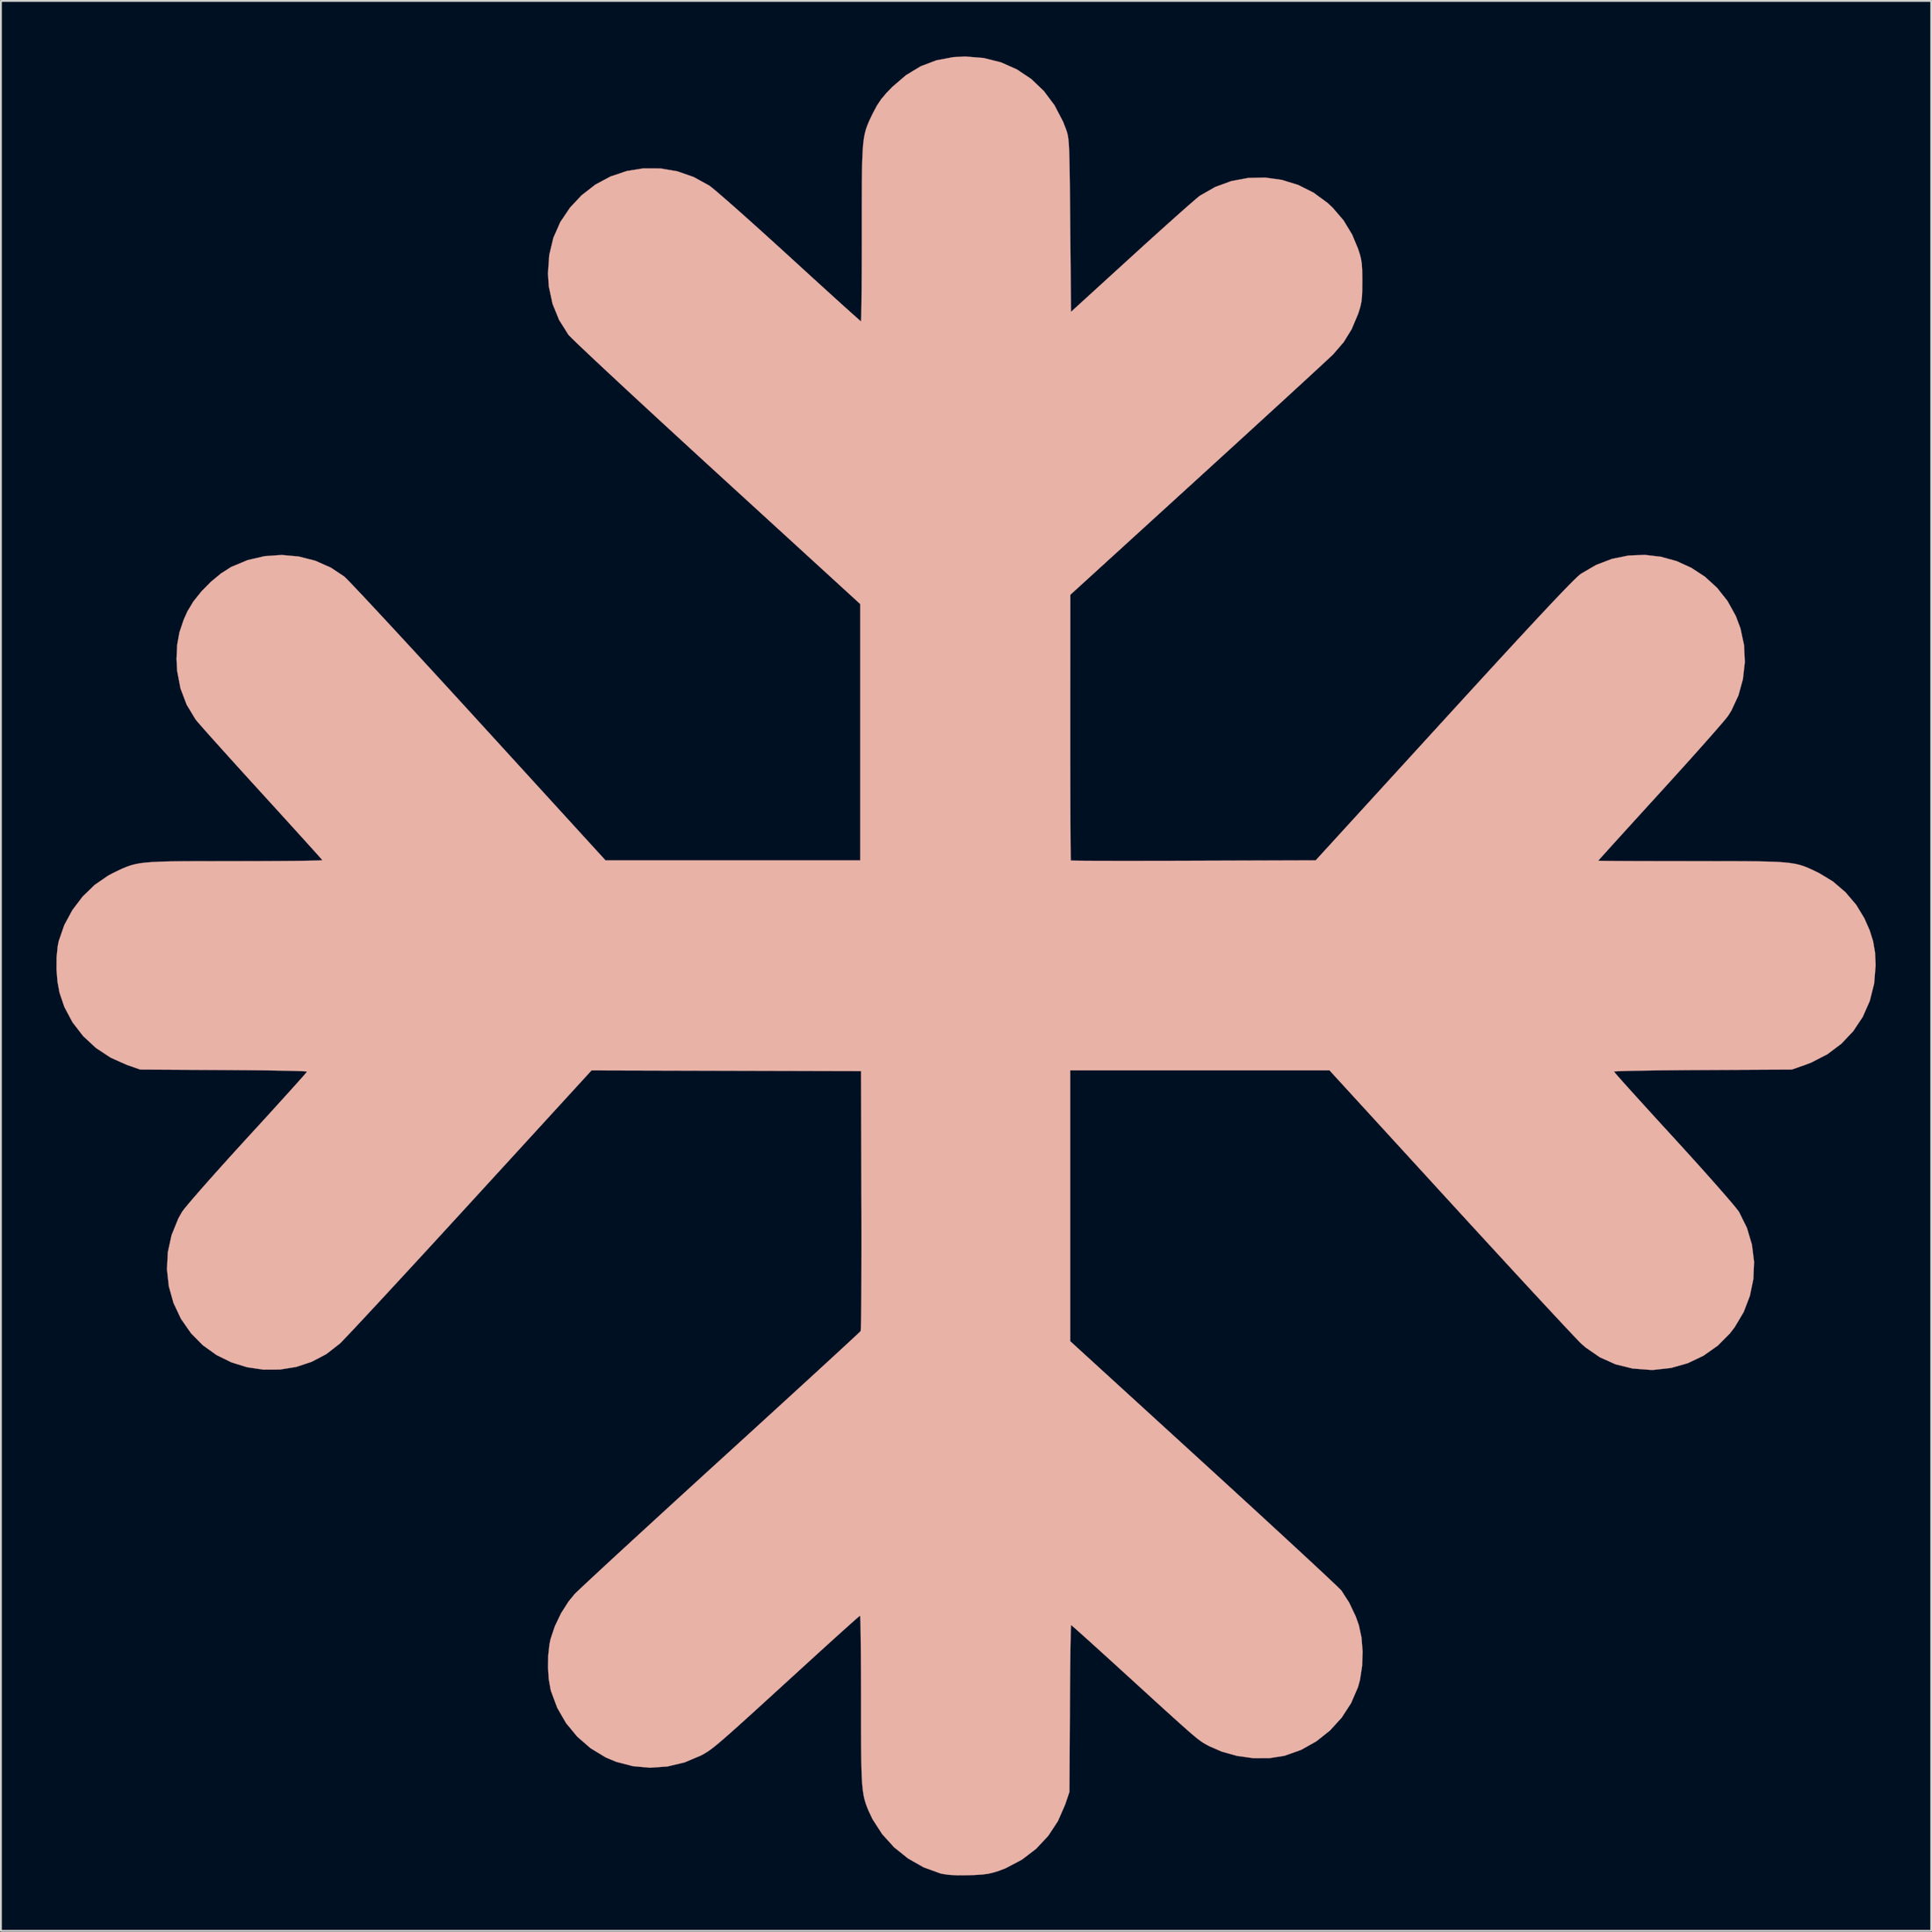
<source format=kicad_pcb>
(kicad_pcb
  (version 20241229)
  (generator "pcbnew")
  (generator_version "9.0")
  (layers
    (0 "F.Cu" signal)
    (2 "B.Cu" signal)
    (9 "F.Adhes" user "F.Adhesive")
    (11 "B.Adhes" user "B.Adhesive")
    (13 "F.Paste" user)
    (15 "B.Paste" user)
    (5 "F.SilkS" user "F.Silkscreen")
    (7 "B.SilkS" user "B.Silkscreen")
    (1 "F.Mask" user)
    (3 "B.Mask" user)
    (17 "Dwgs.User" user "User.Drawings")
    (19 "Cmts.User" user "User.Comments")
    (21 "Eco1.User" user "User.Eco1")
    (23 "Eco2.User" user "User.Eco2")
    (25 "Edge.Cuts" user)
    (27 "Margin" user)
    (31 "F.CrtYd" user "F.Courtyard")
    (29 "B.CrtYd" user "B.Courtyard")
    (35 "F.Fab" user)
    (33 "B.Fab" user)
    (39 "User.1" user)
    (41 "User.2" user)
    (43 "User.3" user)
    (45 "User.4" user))
  (footprint "christmas-snow_10x10_B"
    (layer "F.Cu")
    (at 49.105 49.112)
    (property "Reference" "christmas-snow_10x10_B" (at 0 0 0) (layer "B.SilkS") (effects (font (size 1.524 1.524) (thickness 0.3))))
    (attr through_hole)
    (fp_poly (pts (xy 0.998 -49.027) (xy 1.928 -48.794) (xy 2.787 -48.414) (xy 3.563 -47.896) (xy 4.245 -47.247) (xy 4.823 -46.475) (xy 5.286 -45.588) (xy 5.433 -45.212) (xy 5.476 -45.09) (xy 5.512 -44.972) (xy 5.542 -44.842) (xy 5.567 -44.687) (xy 5.588 -44.49) (xy 5.605 -44.238) (xy 5.619 -43.916) (xy 5.63 -43.509) (xy 5.64 -43.003) (xy 5.649 -42.381) (xy 5.657 -41.631) (xy 5.666 -40.737) (xy 5.673 -39.986) (xy 5.715 -35.311) (xy 9.017 -38.323) (xy 9.66 -38.909) (xy 10.276 -39.466) (xy 10.85 -39.983) (xy 11.371 -40.449) (xy 11.824 -40.852) (xy 12.197 -41.179) (xy 12.476 -41.42) (xy 12.648 -41.562) (xy 12.681 -41.586) (xy 13.505 -42.057) (xy 14.38 -42.377) (xy 15.286 -42.546) (xy 16.203 -42.566) (xy 17.11 -42.44) (xy 17.988 -42.169) (xy 18.816 -41.755) (xy 19.576 -41.199) (xy 19.856 -40.938) (xy 20.445 -40.25) (xy 20.907 -39.485) (xy 21.22 -38.734) (xy 21.321 -38.429) (xy 21.388 -38.165) (xy 21.429 -37.892) (xy 21.449 -37.562) (xy 21.456 -37.128) (xy 21.456 -36.957) (xy 21.452 -36.478) (xy 21.437 -36.12) (xy 21.404 -35.834) (xy 21.346 -35.572) (xy 21.257 -35.286) (xy 21.22 -35.18) (xy 20.878 -34.37) (xy 20.444 -33.668) (xy 19.888 -33.025) (xy 19.858 -32.995) (xy 19.724 -32.867) (xy 19.474 -32.634) (xy 19.116 -32.303) (xy 18.66 -31.882) (xy 18.114 -31.379) (xy 17.488 -30.804) (xy 16.789 -30.163) (xy 16.027 -29.466) (xy 15.211 -28.719) (xy 14.35 -27.932) (xy 13.453 -27.113) (xy 12.528 -26.269) (xy 12.504 -26.247) (xy 5.679 -20.024) (xy 5.676 -12.862) (xy 5.676 -11.776) (xy 5.677 -10.74) (xy 5.678 -9.765) (xy 5.68 -8.864) (xy 5.683 -8.049) (xy 5.686 -7.334) (xy 5.69 -6.729) (xy 5.694 -6.249) (xy 5.699 -5.904) (xy 5.704 -5.708) (xy 5.708 -5.666) (xy 5.796 -5.66) (xy 6.041 -5.656) (xy 6.429 -5.652) (xy 6.947 -5.649) (xy 7.584 -5.647) (xy 8.324 -5.646) (xy 9.157 -5.646) (xy 10.068 -5.647) (xy 11.046 -5.649) (xy 12.076 -5.652) (xy 12.341 -5.653) (xy 18.939 -5.675) (xy 25.843 -13.232) (xy 26.998 -14.496) (xy 28.044 -15.637) (xy 28.983 -16.659) (xy 29.82 -17.567) (xy 30.558 -18.363) (xy 31.2 -19.052) (xy 31.75 -19.637) (xy 32.212 -20.122) (xy 32.588 -20.51) (xy 32.882 -20.806) (xy 33.099 -21.014) (xy 33.24 -21.136) (xy 33.261 -21.151) (xy 34.088 -21.635) (xy 34.95 -21.964) (xy 35.833 -22.143) (xy 36.719 -22.179) (xy 37.592 -22.077) (xy 38.436 -21.843) (xy 39.233 -21.481) (xy 39.969 -20.999) (xy 40.625 -20.4) (xy 41.186 -19.692) (xy 41.636 -18.88) (xy 41.89 -18.203) (xy 42.082 -17.306) (xy 42.125 -16.382) (xy 42.021 -15.463) (xy 41.777 -14.58) (xy 41.395 -13.762) (xy 41.22 -13.482) (xy 41.108 -13.339) (xy 40.893 -13.083) (xy 40.586 -12.728) (xy 40.198 -12.286) (xy 39.741 -11.771) (xy 39.225 -11.194) (xy 38.662 -10.569) (xy 38.063 -9.908) (xy 37.563 -9.358) (xy 36.955 -8.691) (xy 36.383 -8.063) (xy 35.856 -7.484) (xy 35.385 -6.965) (xy 34.978 -6.517) (xy 34.648 -6.151) (xy 34.402 -5.878) (xy 34.251 -5.709) (xy 34.205 -5.654) (xy 34.288 -5.65) (xy 34.525 -5.646) (xy 34.901 -5.642) (xy 35.404 -5.639) (xy 36.017 -5.636) (xy 36.726 -5.634) (xy 37.516 -5.632) (xy 38.373 -5.631) (xy 39.264 -5.63) (xy 40.366 -5.63) (xy 41.314 -5.629) (xy 42.122 -5.626) (xy 42.805 -5.619) (xy 43.378 -5.607) (xy 43.855 -5.589) (xy 44.253 -5.562) (xy 44.585 -5.526) (xy 44.866 -5.48) (xy 45.111 -5.421) (xy 45.335 -5.349) (xy 45.552 -5.262) (xy 45.778 -5.159) (xy 46.028 -5.038) (xy 46.143 -4.982) (xy 46.883 -4.534) (xy 47.56 -3.954) (xy 48.139 -3.276) (xy 48.585 -2.54) (xy 48.871 -1.89) (xy 49.057 -1.299) (xy 49.159 -0.702) (xy 49.191 -0.034) (xy 49.191 0.004) (xy 49.111 0.991) (xy 48.877 1.921) (xy 48.499 2.779) (xy 47.984 3.554) (xy 47.344 4.233) (xy 46.585 4.803) (xy 45.718 5.25) (xy 45.379 5.38) (xy 44.662 5.63) (xy 39.857 5.655) (xy 38.972 5.66) (xy 38.141 5.668) (xy 37.377 5.676) (xy 36.696 5.686) (xy 36.113 5.696) (xy 35.643 5.708) (xy 35.3 5.719) (xy 35.101 5.731) (xy 35.054 5.739) (xy 35.11 5.811) (xy 35.271 5.996) (xy 35.525 6.283) (xy 35.864 6.661) (xy 36.277 7.118) (xy 36.753 7.642) (xy 37.282 8.223) (xy 37.855 8.85) (xy 38.293 9.328) (xy 38.902 9.995) (xy 39.484 10.638) (xy 40.027 11.243) (xy 40.52 11.798) (xy 40.951 12.289) (xy 41.309 12.703) (xy 41.582 13.027) (xy 41.758 13.249) (xy 41.815 13.329) (xy 42.239 14.188) (xy 42.508 15.091) (xy 42.623 16.017) (xy 42.586 16.946) (xy 42.398 17.859) (xy 42.062 18.734) (xy 41.577 19.551) (xy 41.321 19.885) (xy 40.659 20.551) (xy 39.894 21.09) (xy 39.048 21.495) (xy 38.14 21.754) (xy 37.191 21.859) (xy 37.051 21.861) (xy 36.061 21.785) (xy 35.14 21.557) (xy 34.294 21.178) (xy 33.526 20.65) (xy 33.294 20.447) (xy 33.162 20.315) (xy 32.923 20.066) (xy 32.587 19.71) (xy 32.16 19.254) (xy 31.651 18.708) (xy 31.068 18.081) (xy 30.419 17.38) (xy 29.712 16.614) (xy 28.955 15.792) (xy 28.156 14.923) (xy 27.322 14.016) (xy 26.463 13.078) (xy 26.204 12.796) (xy 19.685 5.674) (xy 12.679 5.673) (xy 5.673 5.673) (xy 5.673 20.309) (xy 12.89 26.902) (xy 13.835 27.766) (xy 14.747 28.601) (xy 15.619 29.401) (xy 16.442 30.158) (xy 17.208 30.864) (xy 17.91 31.512) (xy 18.539 32.095) (xy 19.086 32.604) (xy 19.545 33.033) (xy 19.906 33.373) (xy 20.162 33.618) (xy 20.305 33.76) (xy 20.329 33.787) (xy 20.747 34.437) (xy 21.099 35.177) (xy 21.266 35.645) (xy 21.413 36.321) (xy 21.472 37.081) (xy 21.445 37.861) (xy 21.332 38.601) (xy 21.223 39) (xy 20.852 39.861) (xy 20.341 40.649) (xy 19.708 41.344) (xy 18.971 41.93) (xy 18.151 42.39) (xy 17.265 42.705) (xy 17.233 42.713) (xy 16.429 42.84) (xy 15.566 42.839) (xy 14.69 42.717) (xy 13.846 42.479) (xy 13.195 42.194) (xy 13.071 42.128) (xy 12.959 42.068) (xy 12.849 42.002) (xy 12.73 41.922) (xy 12.593 41.82) (xy 12.425 41.685) (xy 12.217 41.51) (xy 11.959 41.285) (xy 11.64 41.001) (xy 11.249 40.649) (xy 10.776 40.221) (xy 10.21 39.706) (xy 9.542 39.096) (xy 8.76 38.382) (xy 8.66 38.291) (xy 8.07 37.753) (xy 7.518 37.252) (xy 7.018 36.798) (xy 6.581 36.404) (xy 6.221 36.081) (xy 5.949 35.839) (xy 5.778 35.69) (xy 5.72 35.645) (xy 5.712 35.727) (xy 5.704 35.963) (xy 5.695 36.337) (xy 5.686 36.834) (xy 5.678 37.438) (xy 5.67 38.133) (xy 5.663 38.905) (xy 5.657 39.738) (xy 5.655 40.153) (xy 5.63 44.662) (xy 5.395 45.357) (xy 5.008 46.242) (xy 4.482 47.04) (xy 3.83 47.737) (xy 3.066 48.321) (xy 2.203 48.777) (xy 1.849 48.916) (xy 1.536 49.016) (xy 1.239 49.085) (xy 0.905 49.128) (xy 0.484 49.153) (xy 0.169 49.163) (xy -0.433 49.167) (xy -0.899 49.142) (xy -1.261 49.086) (xy -1.355 49.063) (xy -2.256 48.733) (xy -3.091 48.258) (xy -3.841 47.657) (xy -4.485 46.946) (xy -5.004 46.143) (xy -5.225 45.678) (xy -5.31 45.468) (xy -5.382 45.268) (xy -5.442 45.063) (xy -5.492 44.837) (xy -5.532 44.575) (xy -5.564 44.262) (xy -5.588 43.882) (xy -5.605 43.42) (xy -5.617 42.861) (xy -5.625 42.19) (xy -5.629 41.39) (xy -5.63 40.448) (xy -5.63 39.688) (xy -5.631 38.827) (xy -5.634 38.02) (xy -5.638 37.282) (xy -5.644 36.628) (xy -5.65 36.073) (xy -5.658 35.633) (xy -5.667 35.323) (xy -5.676 35.159) (xy -5.681 35.137) (xy -5.752 35.192) (xy -5.935 35.351) (xy -6.22 35.604) (xy -6.593 35.938) (xy -7.044 36.345) (xy -7.56 36.812) (xy -8.129 37.33) (xy -8.74 37.887) (xy -8.941 38.071) (xy -9.818 38.872) (xy -10.58 39.568) (xy -11.236 40.166) (xy -11.796 40.674) (xy -12.269 41.101) (xy -12.666 41.456) (xy -12.995 41.745) (xy -13.267 41.979) (xy -13.49 42.164) (xy -13.675 42.31) (xy -13.831 42.425) (xy -13.968 42.516) (xy -14.095 42.593) (xy -14.223 42.663) (xy -14.295 42.701) (xy -15.169 43.069) (xy -16.088 43.287) (xy -17.027 43.354) (xy -17.961 43.27) (xy -18.863 43.035) (xy -19.431 42.796) (xy -20.246 42.301) (xy -20.964 41.677) (xy -21.569 40.943) (xy -22.046 40.117) (xy -22.38 39.218) (xy -22.407 39.116) (xy -22.502 38.575) (xy -22.543 37.943) (xy -22.532 37.292) (xy -22.466 36.692) (xy -22.407 36.407) (xy -22.171 35.704) (xy -21.835 35.004) (xy -21.43 34.369) (xy -21.108 33.977) (xy -20.982 33.853) (xy -20.739 33.622) (xy -20.388 33.293) (xy -19.937 32.873) (xy -19.394 32.37) (xy -18.768 31.792) (xy -18.066 31.146) (xy -17.298 30.441) (xy -16.472 29.683) (xy -15.596 28.88) (xy -14.678 28.041) (xy -13.728 27.173) (xy -13.166 26.661) (xy -12.209 25.789) (xy -11.288 24.948) (xy -10.409 24.144) (xy -9.58 23.386) (xy -8.808 22.679) (xy -8.103 22.033) (xy -7.471 21.452) (xy -6.92 20.945) (xy -6.458 20.519) (xy -6.093 20.181) (xy -5.832 19.937) (xy -5.684 19.796) (xy -5.651 19.762) (xy -5.641 19.663) (xy -5.633 19.407) (xy -5.625 19.008) (xy -5.619 18.477) (xy -5.613 17.828) (xy -5.609 17.073) (xy -5.607 16.226) (xy -5.605 15.298) (xy -5.605 14.303) (xy -5.607 13.254) (xy -5.609 12.685) (xy -5.63 5.715) (xy -12.912 5.696) (xy -20.193 5.676) (xy -26.712 12.797) (xy -27.578 13.741) (xy -28.42 14.659) (xy -29.23 15.54) (xy -30.001 16.376) (xy -30.724 17.159) (xy -31.391 17.88) (xy -31.994 18.53) (xy -32.526 19.102) (xy -32.977 19.585) (xy -33.342 19.971) (xy -33.61 20.253) (xy -33.774 20.42) (xy -33.802 20.446) (xy -34.522 21.005) (xy -35.314 21.422) (xy -36.159 21.701) (xy -37.035 21.841) (xy -37.923 21.845) (xy -38.804 21.715) (xy -39.655 21.45) (xy -40.459 21.054) (xy -41.194 20.527) (xy -41.829 19.885) (xy -42.377 19.099) (xy -42.778 18.246) (xy -43.031 17.347) (xy -43.133 16.423) (xy -43.085 15.493) (xy -42.883 14.577) (xy -42.527 13.697) (xy -42.323 13.329) (xy -42.213 13.179) (xy -41.999 12.918) (xy -41.693 12.558) (xy -41.306 12.114) (xy -40.851 11.598) (xy -40.338 11.023) (xy -39.779 10.402) (xy -39.185 9.749) (xy -38.801 9.328) (xy -38.203 8.676) (xy -37.641 8.061) (xy -37.126 7.494) (xy -36.666 6.986) (xy -36.272 6.55) (xy -35.955 6.196) (xy -35.725 5.936) (xy -35.592 5.78) (xy -35.562 5.74) (xy -35.644 5.728) (xy -35.879 5.716) (xy -36.253 5.704) (xy -36.75 5.693) (xy -37.353 5.682) (xy -38.049 5.672) (xy -38.82 5.664) (xy -39.653 5.658) (xy -40.069 5.655) (xy -44.577 5.63) (xy -45.295 5.38) (xy -46.177 4.987) (xy -46.971 4.463) (xy -47.662 3.822) (xy -48.234 3.081) (xy -48.674 2.255) (xy -48.939 1.477) (xy -49.047 0.89) (xy -49.1 0.232) (xy -49.096 -0.431) (xy -49.036 -1.036) (xy -48.979 -1.316) (xy -48.68 -2.177) (xy -48.243 -2.987) (xy -47.687 -3.72) (xy -47.034 -4.351) (xy -46.302 -4.854) (xy -46.059 -4.982) (xy -45.788 -5.114) (xy -45.547 -5.227) (xy -45.321 -5.322) (xy -45.095 -5.401) (xy -44.853 -5.465) (xy -44.58 -5.516) (xy -44.261 -5.555) (xy -43.879 -5.584) (xy -43.42 -5.605) (xy -42.867 -5.618) (xy -42.207 -5.626) (xy -41.422 -5.629) (xy -40.499 -5.63) (xy -39.476 -5.63) (xy -38.596 -5.631) (xy -37.77 -5.634) (xy -37.012 -5.638) (xy -36.338 -5.643) (xy -35.762 -5.65) (xy -35.299 -5.658) (xy -34.965 -5.666) (xy -34.774 -5.676) (xy -34.735 -5.683) (xy -34.794 -5.753) (xy -34.957 -5.937) (xy -35.215 -6.224) (xy -35.556 -6.602) (xy -35.971 -7.06) (xy -36.449 -7.587) (xy -36.98 -8.172) (xy -37.555 -8.803) (xy -38.05 -9.346) (xy -38.661 -10.016) (xy -39.243 -10.658) (xy -39.786 -11.258) (xy -40.278 -11.804) (xy -40.708 -12.283) (xy -41.066 -12.684) (xy -41.339 -12.995) (xy -41.518 -13.202) (xy -41.583 -13.281) (xy -42.066 -14.08) (xy -42.399 -14.955) (xy -42.581 -15.9) (xy -42.616 -16.552) (xy -42.581 -17.314) (xy -42.457 -17.998) (xy -42.23 -18.675) (xy -42.023 -19.135) (xy -41.704 -19.663) (xy -41.268 -20.208) (xy -40.755 -20.728) (xy -40.207 -21.181) (xy -39.665 -21.525) (xy -39.649 -21.533) (xy -38.774 -21.897) (xy -37.861 -22.11) (xy -36.933 -22.174) (xy -36.012 -22.091) (xy -35.121 -21.863) (xy -34.283 -21.493) (xy -33.558 -21.012) (xy -33.449 -20.908) (xy -33.233 -20.687) (xy -32.919 -20.357) (xy -32.512 -19.926) (xy -32.023 -19.403) (xy -31.456 -18.794) (xy -30.821 -18.109) (xy -30.125 -17.356) (xy -29.375 -16.542) (xy -28.578 -15.676) (xy -27.743 -14.765) (xy -26.876 -13.819) (xy -26.292 -13.179) (xy -19.437 -5.673) (xy -5.673 -5.673) (xy -5.673 -19.524) (xy -13.396 -26.589) (xy -14.375 -27.486) (xy -15.323 -28.357) (xy -16.233 -29.194) (xy -17.096 -29.99) (xy -17.904 -30.738) (xy -18.65 -31.43) (xy -19.325 -32.058) (xy -19.922 -32.616) (xy -20.432 -33.096) (xy -20.847 -33.49) (xy -21.16 -33.791) (xy -21.363 -33.992) (xy -21.442 -34.078) (xy -21.944 -34.874) (xy -22.298 -35.745) (xy -22.499 -36.677) (xy -22.546 -37.38) (xy -22.477 -38.379) (xy -22.256 -39.305) (xy -21.881 -40.16) (xy -21.351 -40.947) (xy -20.736 -41.603) (xy -19.985 -42.187) (xy -19.164 -42.626) (xy -18.292 -42.919) (xy -17.388 -43.065) (xy -16.471 -43.061) (xy -15.561 -42.906) (xy -14.678 -42.599) (xy -13.84 -42.139) (xy -13.83 -42.132) (xy -13.673 -42.012) (xy -13.406 -41.789) (xy -13.039 -41.473) (xy -12.585 -41.076) (xy -12.058 -40.609) (xy -11.47 -40.083) (xy -10.833 -39.509) (xy -10.16 -38.899) (xy -9.493 -38.291) (xy -8.814 -37.67) (xy -8.173 -37.084) (xy -7.579 -36.544) (xy -7.045 -36.059) (xy -6.58 -35.638) (xy -6.195 -35.292) (xy -5.902 -35.03) (xy -5.712 -34.862) (xy -5.634 -34.798) (xy -5.633 -34.798) (xy -5.625 -34.88) (xy -5.617 -35.117) (xy -5.61 -35.492) (xy -5.603 -35.992) (xy -5.598 -36.6) (xy -5.593 -37.302) (xy -5.59 -38.083) (xy -5.588 -38.927) (xy -5.588 -39.564) (xy -5.588 -40.635) (xy -5.587 -41.551) (xy -5.583 -42.329) (xy -5.575 -42.983) (xy -5.562 -43.529) (xy -5.542 -43.982) (xy -5.514 -44.358) (xy -5.476 -44.67) (xy -5.427 -44.936) (xy -5.366 -45.17) (xy -5.29 -45.387) (xy -5.2 -45.602) (xy -5.092 -45.832) (xy -4.982 -46.059) (xy -4.769 -46.458) (xy -4.541 -46.8) (xy -4.254 -47.14) (xy -3.945 -47.46) (xy -3.198 -48.101) (xy -2.404 -48.581) (xy -1.553 -48.904) (xy -0.636 -49.075) (xy 0.006 -49.107) (xy 0.998 -49.027)) (stroke (width 0.01) (type solid)) (fill yes) (layer "B.SilkS")))
  (gr_rect
    (start -3 -3)
    (end 101.301 101.283)
    (stroke (width 0.1) (type default))
    (fill no)
    (layer "Edge.Cuts")))
</source>
